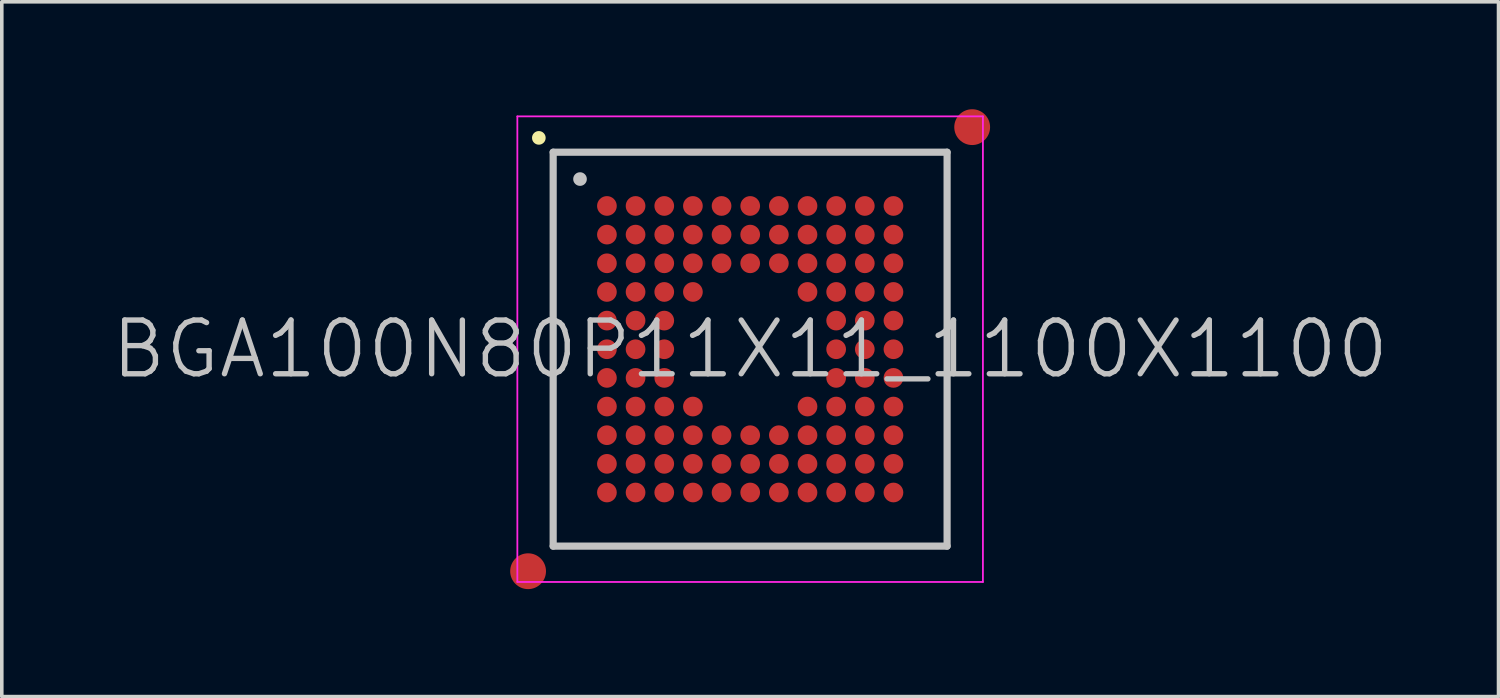
<source format=kicad_pcb>
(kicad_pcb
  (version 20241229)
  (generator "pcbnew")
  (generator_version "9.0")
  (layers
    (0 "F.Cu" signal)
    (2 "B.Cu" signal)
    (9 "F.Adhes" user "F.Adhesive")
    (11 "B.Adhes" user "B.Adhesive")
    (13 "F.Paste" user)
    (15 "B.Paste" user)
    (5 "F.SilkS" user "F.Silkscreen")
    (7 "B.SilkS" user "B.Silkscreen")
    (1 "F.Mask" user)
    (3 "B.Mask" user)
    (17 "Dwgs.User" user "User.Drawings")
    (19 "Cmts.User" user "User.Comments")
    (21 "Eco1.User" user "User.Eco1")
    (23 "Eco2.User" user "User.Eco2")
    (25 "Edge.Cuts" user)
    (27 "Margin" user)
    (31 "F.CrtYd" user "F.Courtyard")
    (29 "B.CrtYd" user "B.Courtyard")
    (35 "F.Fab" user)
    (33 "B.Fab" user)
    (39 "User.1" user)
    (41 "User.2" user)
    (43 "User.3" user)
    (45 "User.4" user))
  (footprint "BGA100N80P11X11_1100X1100"
    (layer "F.Cu")
    (at 17.896 6.7)
    (property "Reference" "BGA100N80P11X11_1100X1100" (at 0 0 0) (layer "Dwgs.User") (effects (font (size 1.5 1.5) (thickness 0.15))))
    (attr smd)
    (fp_line (start -5.9 -5.9) (end -5.9 -5.9) (stroke (width 0.381) (type solid)) (layer "F.SilkS"))
    (fp_line (start -5.5 -5.5) (end -5.5 5.5) (stroke (width 0.2) (type solid)) (layer "Dwgs.User"))
    (fp_line (start -5.5 -5.5) (end 5.5 -5.5) (stroke (width 0.2) (type solid)) (layer "Dwgs.User"))
    (fp_line (start -5.5 5.5) (end 5.5 5.5) (stroke (width 0.2) (type solid)) (layer "Dwgs.User"))
    (fp_line (start -4.75 -4.75) (end -4.75 -4.75) (stroke (width 0.381) (type solid)) (layer "Dwgs.User"))
    (fp_line (start 5.5 -5.5) (end 5.5 5.5) (stroke (width 0.2) (type solid)) (layer "Dwgs.User"))
    (fp_line (start -6.5 -6.5) (end -6.5 6.5) (stroke (width 0.05) (type solid)) (layer "F.CrtYd"))
    (fp_line (start -6.5 -6.5) (end 6.5 -6.5) (stroke (width 0.05) (type solid)) (layer "F.CrtYd"))
    (fp_line (start -6.5 6.5) (end 6.5 6.5) (stroke (width 0.05) (type solid)) (layer "F.CrtYd"))
    (fp_line (start 6.5 -6.5) (end 6.5 6.5) (stroke (width 0.05) (type solid)) (layer "F.CrtYd"))
    (pad "" smd circle (at -6.2 6.2) (size 1 1) (layers "F.Cu" "F.Mask"))
    (pad "" smd circle (at 6.2 -6.2) (size 1 1) (layers "F.Cu" "F.Mask"))
    (pad "A1" smd circle (at -3.999 -3.999) (size 0.55 0.55) (layers "F.Cu" "F.Mask" "F.Paste"))
    (pad "A2" smd circle (at -3.199 -3.999) (size 0.55 0.55) (layers "F.Cu" "F.Mask" "F.Paste"))
    (pad "A3" smd circle (at -2.398 -3.999) (size 0.55 0.55) (layers "F.Cu" "F.Mask" "F.Paste"))
    (pad "A4" smd circle (at -1.598 -3.999) (size 0.55 0.55) (layers "F.Cu" "F.Mask" "F.Paste"))
    (pad "A5" smd circle (at -0.798 -3.999) (size 0.55 0.55) (layers "F.Cu" "F.Mask" "F.Paste"))
    (pad "A6" smd circle (at 0.002 -3.999) (size 0.55 0.55) (layers "F.Cu" "F.Mask" "F.Paste"))
    (pad "A7" smd circle (at 0.802 -3.999) (size 0.55 0.55) (layers "F.Cu" "F.Mask" "F.Paste"))
    (pad "A8" smd circle (at 1.602 -3.999) (size 0.55 0.55) (layers "F.Cu" "F.Mask" "F.Paste"))
    (pad "A9" smd circle (at 2.402 -3.999) (size 0.55 0.55) (layers "F.Cu" "F.Mask" "F.Paste"))
    (pad "A10" smd circle (at 3.202 -3.999) (size 0.55 0.55) (layers "F.Cu" "F.Mask" "F.Paste"))
    (pad "A11" smd circle (at 4.002 -3.999) (size 0.55 0.55) (layers "F.Cu" "F.Mask" "F.Paste"))
    (pad "B1" smd circle (at -3.999 -3.199) (size 0.55 0.55) (layers "F.Cu" "F.Mask" "F.Paste"))
    (pad "B2" smd circle (at -3.199 -3.199) (size 0.55 0.55) (layers "F.Cu" "F.Mask" "F.Paste"))
    (pad "B3" smd circle (at -2.398 -3.199) (size 0.55 0.55) (layers "F.Cu" "F.Mask" "F.Paste"))
    (pad "B4" smd circle (at -1.598 -3.199) (size 0.55 0.55) (layers "F.Cu" "F.Mask" "F.Paste"))
    (pad "B5" smd circle (at -0.798 -3.199) (size 0.55 0.55) (layers "F.Cu" "F.Mask" "F.Paste"))
    (pad "B6" smd circle (at 0.002 -3.199) (size 0.55 0.55) (layers "F.Cu" "F.Mask" "F.Paste"))
    (pad "B7" smd circle (at 0.802 -3.199) (size 0.55 0.55) (layers "F.Cu" "F.Mask" "F.Paste"))
    (pad "B8" smd circle (at 1.602 -3.199) (size 0.55 0.55) (layers "F.Cu" "F.Mask" "F.Paste"))
    (pad "B9" smd circle (at 2.402 -3.199) (size 0.55 0.55) (layers "F.Cu" "F.Mask" "F.Paste"))
    (pad "B10" smd circle (at 3.202 -3.199) (size 0.55 0.55) (layers "F.Cu" "F.Mask" "F.Paste"))
    (pad "B11" smd circle (at 4.002 -3.199) (size 0.55 0.55) (layers "F.Cu" "F.Mask" "F.Paste"))
    (pad "C1" smd circle (at -3.999 -2.398) (size 0.55 0.55) (layers "F.Cu" "F.Mask" "F.Paste"))
    (pad "C2" smd circle (at -3.199 -2.398) (size 0.55 0.55) (layers "F.Cu" "F.Mask" "F.Paste"))
    (pad "C3" smd circle (at -2.398 -2.398) (size 0.55 0.55) (layers "F.Cu" "F.Mask" "F.Paste"))
    (pad "C4" smd circle (at -1.598 -2.398) (size 0.55 0.55) (layers "F.Cu" "F.Mask" "F.Paste"))
    (pad "C5" smd circle (at -0.798 -2.398) (size 0.55 0.55) (layers "F.Cu" "F.Mask" "F.Paste"))
    (pad "C6" smd circle (at 0.002 -2.398) (size 0.55 0.55) (layers "F.Cu" "F.Mask" "F.Paste"))
    (pad "C7" smd circle (at 0.802 -2.398) (size 0.55 0.55) (layers "F.Cu" "F.Mask" "F.Paste"))
    (pad "C8" smd circle (at 1.602 -2.398) (size 0.55 0.55) (layers "F.Cu" "F.Mask" "F.Paste"))
    (pad "C9" smd circle (at 2.402 -2.398) (size 0.55 0.55) (layers "F.Cu" "F.Mask" "F.Paste"))
    (pad "C10" smd circle (at 3.202 -2.398) (size 0.55 0.55) (layers "F.Cu" "F.Mask" "F.Paste"))
    (pad "C11" smd circle (at 4.002 -2.398) (size 0.55 0.55) (layers "F.Cu" "F.Mask" "F.Paste"))
    (pad "D1" smd circle (at -3.999 -1.598) (size 0.55 0.55) (layers "F.Cu" "F.Mask" "F.Paste"))
    (pad "D2" smd circle (at -3.199 -1.598) (size 0.55 0.55) (layers "F.Cu" "F.Mask" "F.Paste"))
    (pad "D3" smd circle (at -2.398 -1.598) (size 0.55 0.55) (layers "F.Cu" "F.Mask" "F.Paste"))
    (pad "D4" smd circle (at -1.598 -1.598) (size 0.55 0.55) (layers "F.Cu" "F.Mask" "F.Paste"))
    (pad "D8" smd circle (at 1.602 -1.598) (size 0.55 0.55) (layers "F.Cu" "F.Mask" "F.Paste"))
    (pad "D9" smd circle (at 2.402 -1.598) (size 0.55 0.55) (layers "F.Cu" "F.Mask" "F.Paste"))
    (pad "D10" smd circle (at 3.202 -1.598) (size 0.55 0.55) (layers "F.Cu" "F.Mask" "F.Paste"))
    (pad "D11" smd circle (at 4.002 -1.598) (size 0.55 0.55) (layers "F.Cu" "F.Mask" "F.Paste"))
    (pad "E1" smd circle (at -3.999 -0.798) (size 0.55 0.55) (layers "F.Cu" "F.Mask" "F.Paste"))
    (pad "E2" smd circle (at -3.199 -0.798) (size 0.55 0.55) (layers "F.Cu" "F.Mask" "F.Paste"))
    (pad "E3" smd circle (at -2.398 -0.798) (size 0.55 0.55) (layers "F.Cu" "F.Mask" "F.Paste"))
    (pad "E9" smd circle (at 2.402 -0.798) (size 0.55 0.55) (layers "F.Cu" "F.Mask" "F.Paste"))
    (pad "E10" smd circle (at 3.202 -0.798) (size 0.55 0.55) (layers "F.Cu" "F.Mask" "F.Paste"))
    (pad "E11" smd circle (at 4.002 -0.798) (size 0.55 0.55) (layers "F.Cu" "F.Mask" "F.Paste"))
    (pad "F1" smd circle (at -3.999 0.002) (size 0.55 0.55) (layers "F.Cu" "F.Mask" "F.Paste"))
    (pad "F2" smd circle (at -3.199 0.002) (size 0.55 0.55) (layers "F.Cu" "F.Mask" "F.Paste"))
    (pad "F3" smd circle (at -2.398 0.002) (size 0.55 0.55) (layers "F.Cu" "F.Mask" "F.Paste"))
    (pad "F9" smd circle (at 2.402 0.002) (size 0.55 0.55) (layers "F.Cu" "F.Mask" "F.Paste"))
    (pad "F10" smd circle (at 3.202 0.002) (size 0.55 0.55) (layers "F.Cu" "F.Mask" "F.Paste"))
    (pad "F11" smd circle (at 4.002 0.002) (size 0.55 0.55) (layers "F.Cu" "F.Mask" "F.Paste"))
    (pad "G1" smd circle (at -3.999 0.802) (size 0.55 0.55) (layers "F.Cu" "F.Mask" "F.Paste"))
    (pad "G2" smd circle (at -3.199 0.802) (size 0.55 0.55) (layers "F.Cu" "F.Mask" "F.Paste"))
    (pad "G3" smd circle (at -2.398 0.802) (size 0.55 0.55) (layers "F.Cu" "F.Mask" "F.Paste"))
    (pad "G9" smd circle (at 2.402 0.802) (size 0.55 0.55) (layers "F.Cu" "F.Mask" "F.Paste"))
    (pad "G10" smd circle (at 3.202 0.802) (size 0.55 0.55) (layers "F.Cu" "F.Mask" "F.Paste"))
    (pad "G11" smd circle (at 4.002 0.802) (size 0.55 0.55) (layers "F.Cu" "F.Mask" "F.Paste"))
    (pad "H1" smd circle (at -3.999 1.602) (size 0.55 0.55) (layers "F.Cu" "F.Mask" "F.Paste"))
    (pad "H2" smd circle (at -3.199 1.602) (size 0.55 0.55) (layers "F.Cu" "F.Mask" "F.Paste"))
    (pad "H3" smd circle (at -2.398 1.602) (size 0.55 0.55) (layers "F.Cu" "F.Mask" "F.Paste"))
    (pad "H4" smd circle (at -1.598 1.602) (size 0.55 0.55) (layers "F.Cu" "F.Mask" "F.Paste"))
    (pad "H8" smd circle (at 1.602 1.602) (size 0.55 0.55) (layers "F.Cu" "F.Mask" "F.Paste"))
    (pad "H9" smd circle (at 2.402 1.602) (size 0.55 0.55) (layers "F.Cu" "F.Mask" "F.Paste"))
    (pad "H10" smd circle (at 3.202 1.602) (size 0.55 0.55) (layers "F.Cu" "F.Mask" "F.Paste"))
    (pad "H11" smd circle (at 4.002 1.602) (size 0.55 0.55) (layers "F.Cu" "F.Mask" "F.Paste"))
    (pad "J1" smd circle (at -3.999 2.402) (size 0.55 0.55) (layers "F.Cu" "F.Mask" "F.Paste"))
    (pad "J2" smd circle (at -3.199 2.402) (size 0.55 0.55) (layers "F.Cu" "F.Mask" "F.Paste"))
    (pad "J3" smd circle (at -2.398 2.402) (size 0.55 0.55) (layers "F.Cu" "F.Mask" "F.Paste"))
    (pad "J4" smd circle (at -1.598 2.402) (size 0.55 0.55) (layers "F.Cu" "F.Mask" "F.Paste"))
    (pad "J5" smd circle (at -0.798 2.402) (size 0.55 0.55) (layers "F.Cu" "F.Mask" "F.Paste"))
    (pad "J6" smd circle (at 0.002 2.402) (size 0.55 0.55) (layers "F.Cu" "F.Mask" "F.Paste"))
    (pad "J7" smd circle (at 0.802 2.402) (size 0.55 0.55) (layers "F.Cu" "F.Mask" "F.Paste"))
    (pad "J8" smd circle (at 1.602 2.402) (size 0.55 0.55) (layers "F.Cu" "F.Mask" "F.Paste"))
    (pad "J9" smd circle (at 2.402 2.402) (size 0.55 0.55) (layers "F.Cu" "F.Mask" "F.Paste"))
    (pad "J10" smd circle (at 3.202 2.402) (size 0.55 0.55) (layers "F.Cu" "F.Mask" "F.Paste"))
    (pad "J11" smd circle (at 4.002 2.402) (size 0.55 0.55) (layers "F.Cu" "F.Mask" "F.Paste"))
    (pad "K1" smd circle (at -3.999 3.202) (size 0.55 0.55) (layers "F.Cu" "F.Mask" "F.Paste"))
    (pad "K2" smd circle (at -3.199 3.202) (size 0.55 0.55) (layers "F.Cu" "F.Mask" "F.Paste"))
    (pad "K3" smd circle (at -2.398 3.202) (size 0.55 0.55) (layers "F.Cu" "F.Mask" "F.Paste"))
    (pad "K4" smd circle (at -1.598 3.202) (size 0.55 0.55) (layers "F.Cu" "F.Mask" "F.Paste"))
    (pad "K5" smd circle (at -0.798 3.202) (size 0.55 0.55) (layers "F.Cu" "F.Mask" "F.Paste"))
    (pad "K6" smd circle (at 0.002 3.202) (size 0.55 0.55) (layers "F.Cu" "F.Mask" "F.Paste"))
    (pad "K7" smd circle (at 0.802 3.202) (size 0.55 0.55) (layers "F.Cu" "F.Mask" "F.Paste"))
    (pad "K8" smd circle (at 1.602 3.202) (size 0.55 0.55) (layers "F.Cu" "F.Mask" "F.Paste"))
    (pad "K9" smd circle (at 2.402 3.202) (size 0.55 0.55) (layers "F.Cu" "F.Mask" "F.Paste"))
    (pad "K10" smd circle (at 3.202 3.202) (size 0.55 0.55) (layers "F.Cu" "F.Mask" "F.Paste"))
    (pad "K11" smd circle (at 4.002 3.202) (size 0.55 0.55) (layers "F.Cu" "F.Mask" "F.Paste"))
    (pad "L1" smd circle (at -3.999 4.002) (size 0.55 0.55) (layers "F.Cu" "F.Mask" "F.Paste"))
    (pad "L2" smd circle (at -3.199 4.002) (size 0.55 0.55) (layers "F.Cu" "F.Mask" "F.Paste"))
    (pad "L3" smd circle (at -2.398 4.002) (size 0.55 0.55) (layers "F.Cu" "F.Mask" "F.Paste"))
    (pad "L4" smd circle (at -1.598 4.002) (size 0.55 0.55) (layers "F.Cu" "F.Mask" "F.Paste"))
    (pad "L5" smd circle (at -0.798 4.002) (size 0.55 0.55) (layers "F.Cu" "F.Mask" "F.Paste"))
    (pad "L6" smd circle (at 0.002 4.002) (size 0.55 0.55) (layers "F.Cu" "F.Mask" "F.Paste"))
    (pad "L7" smd circle (at 0.802 4.002) (size 0.55 0.55) (layers "F.Cu" "F.Mask" "F.Paste"))
    (pad "L8" smd circle (at 1.602 4.002) (size 0.55 0.55) (layers "F.Cu" "F.Mask" "F.Paste"))
    (pad "L9" smd circle (at 2.402 4.002) (size 0.55 0.55) (layers "F.Cu" "F.Mask" "F.Paste"))
    (pad "L10" smd circle (at 3.202 4.002) (size 0.55 0.55) (layers "F.Cu" "F.Mask" "F.Paste"))
    (pad "L11" smd circle (at 4.002 4.002) (size 0.55 0.55) (layers "F.Cu" "F.Mask" "F.Paste")))
  (gr_rect
    (start -3 -3)
    (end 38.793 16.4)
    (stroke (width 0.1) (type default))
    (fill no)
    (layer "Edge.Cuts")))
</source>
